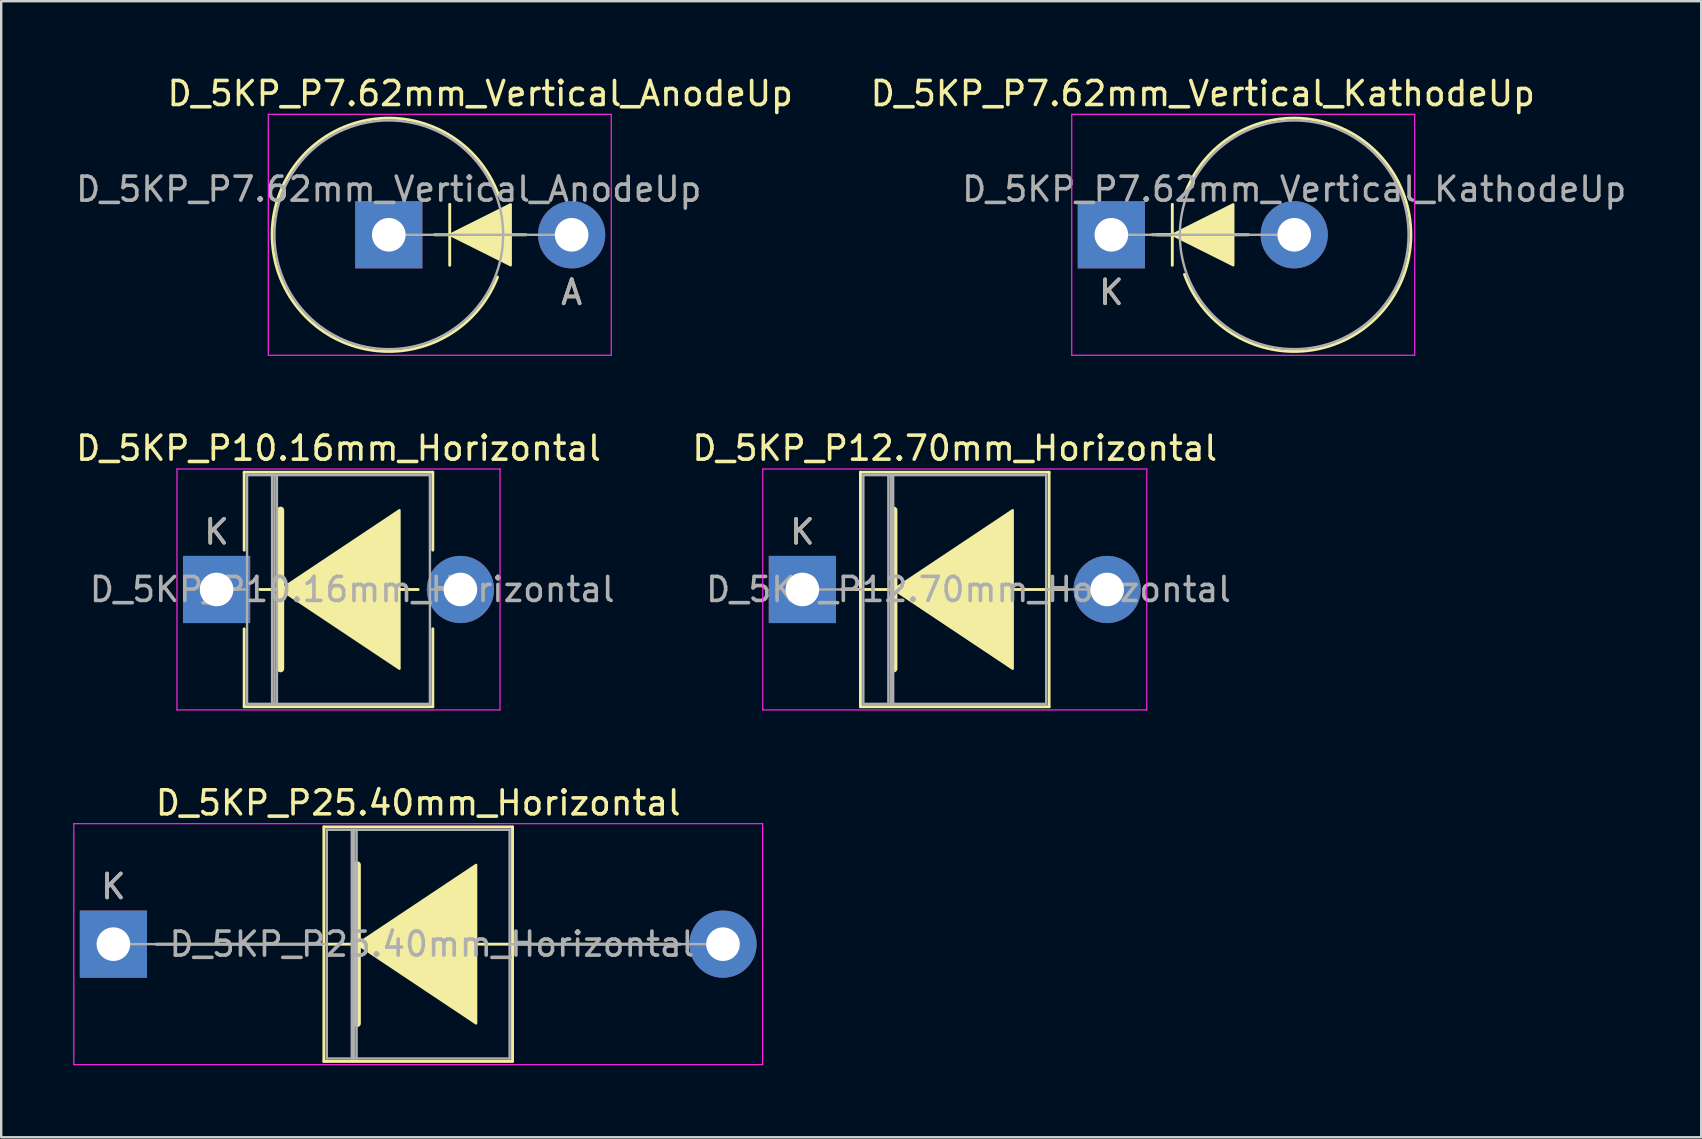
<source format=kicad_pcb>
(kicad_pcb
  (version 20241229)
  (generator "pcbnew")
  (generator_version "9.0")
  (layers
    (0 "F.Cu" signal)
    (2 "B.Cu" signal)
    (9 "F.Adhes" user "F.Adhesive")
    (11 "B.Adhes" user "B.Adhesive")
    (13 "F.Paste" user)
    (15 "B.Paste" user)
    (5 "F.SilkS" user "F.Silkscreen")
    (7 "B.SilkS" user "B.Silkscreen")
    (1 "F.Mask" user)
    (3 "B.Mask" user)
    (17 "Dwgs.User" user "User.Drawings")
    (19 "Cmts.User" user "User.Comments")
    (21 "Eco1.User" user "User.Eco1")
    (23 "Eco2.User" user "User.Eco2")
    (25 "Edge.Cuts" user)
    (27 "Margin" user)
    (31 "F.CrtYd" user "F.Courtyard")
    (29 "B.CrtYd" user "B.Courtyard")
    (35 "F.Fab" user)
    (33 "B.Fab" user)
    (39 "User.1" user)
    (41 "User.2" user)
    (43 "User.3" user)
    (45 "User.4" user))
  (footprint "D_5KP_P7.62mm_Vertical_AnodeUp"
    (layer "F.Cu")
    (at 13.149 6.733)
    (property "Reference" "D_5KP_P7.62mm_Vertical_AnodeUp" (at 3.81 -5.885 0) (layer "F.SilkS") (effects (font (size 1 1) (thickness 0.15))))
    (attr through_hole)
    (fp_line (start 1.905 0) (end 5.72 0) (stroke (width 0.12) (type solid)) (layer "F.SilkS"))
    (fp_line (start 2.54 1.27) (end 2.54 -1.27) (stroke (width 0.12) (type solid)) (layer "F.SilkS"))
    (fp_arc (start 4.530442 1.761839) (mid -4.860605 -0.059187) (end 4.572 -1.650999) (stroke (width 0.12) (type solid)) (layer "F.SilkS"))
    (fp_poly (pts (xy 5.08 1.27) (xy 2.54 0) (xy 5.08 -1.27)) (stroke (width 0.1) (type solid)) (fill yes) (layer "F.SilkS"))
    (fp_line (start -5.02 -5.02) (end -5.02 5.02) (stroke (width 0.05) (type solid)) (layer "F.CrtYd"))
    (fp_line (start -5.02 5.02) (end 9.27 5.02) (stroke (width 0.05) (type solid)) (layer "F.CrtYd"))
    (fp_line (start 9.27 -5.02) (end -5.02 -5.02) (stroke (width 0.05) (type solid)) (layer "F.CrtYd"))
    (fp_line (start 9.27 5.02) (end 9.27 -5.02) (stroke (width 0.05) (type solid)) (layer "F.CrtYd"))
    (fp_line (start 0 0) (end 7.62 0) (stroke (width 0.1) (type solid)) (layer "F.Fab"))
    (fp_circle (center 0 0) (end 4.765 0) (stroke (width 0.1) (type solid)) (fill no) (layer "F.Fab"))
    (fp_text user "A" (at 7.62 2.4 0) (layer "F.SilkS") (effects (font (size 1 1) (thickness 0.15))))
    (fp_text user "${REFERENCE}" (at 0 -1.9 0) (layer "F.Fab") (effects (font (size 1 1) (thickness 0.15))))
    (fp_text user "A" (at 7.62 2.4 0) (layer "F.Fab") (effects (font (size 1 1) (thickness 0.15))))
    (pad "1" thru_hole rect (at 0 0) (size 2.8 2.8) (drill 1.4) (layers "*.Cu" "*.Mask"))
    (pad "2" thru_hole oval (at 7.62 0) (size 2.8 2.8) (drill 1.4) (layers "*.Cu" "*.Mask")))
  (footprint "D_5KP_P7.62mm_Vertical_KathodeUp"
    (layer "F.Cu")
    (at 43.256 6.733)
    (property "Reference" "D_5KP_P7.62mm_Vertical_KathodeUp" (at 3.81 -5.885 0) (layer "F.SilkS") (effects (font (size 1 1) (thickness 0.15))))
    (attr through_hole)
    (fp_line (start 1.905 0) (end 5.72 0) (stroke (width 0.12) (type solid)) (layer "F.SilkS"))
    (fp_line (start 2.54 1.27) (end 2.54 -1.27) (stroke (width 0.12) (type solid)) (layer "F.SilkS"))
    (fp_line (start 2.735 0) (end 1.7 0) (stroke (width 0.12) (type solid)) (layer "F.SilkS"))
    (fp_arc (start 3.089558 -1.761839) (mid 12.480605 0.059187) (end 3.048 1.650999) (stroke (width 0.12) (type solid)) (layer "F.SilkS"))
    (fp_poly (pts (xy 5.08 1.27) (xy 2.54 0) (xy 5.08 -1.27)) (stroke (width 0.1) (type solid)) (fill yes) (layer "F.SilkS"))
    (fp_line (start -1.65 -5.02) (end -1.65 5.02) (stroke (width 0.05) (type solid)) (layer "F.CrtYd"))
    (fp_line (start -1.65 5.02) (end 12.64 5.02) (stroke (width 0.05) (type solid)) (layer "F.CrtYd"))
    (fp_line (start 12.64 -5.02) (end -1.65 -5.02) (stroke (width 0.05) (type solid)) (layer "F.CrtYd"))
    (fp_line (start 12.64 5.02) (end 12.64 -5.02) (stroke (width 0.05) (type solid)) (layer "F.CrtYd"))
    (fp_line (start 0 0) (end 7.62 0) (stroke (width 0.1) (type solid)) (layer "F.Fab"))
    (fp_circle (center 7.62 0) (end 12.385 0) (stroke (width 0.1) (type solid)) (fill no) (layer "F.Fab"))
    (fp_text user "K" (at 0 2.4 0) (layer "F.SilkS") (effects (font (size 1 1) (thickness 0.15))))
    (fp_text user "${REFERENCE}" (at 7.62 -1.9 0) (layer "F.Fab") (effects (font (size 1 1) (thickness 0.15))))
    (fp_text user "K" (at 0 2.4 0) (layer "F.Fab") (effects (font (size 1 1) (thickness 0.15))))
    (pad "1" thru_hole rect (at 0 0) (size 2.8 2.8) (drill 1.4) (layers "*.Cu" "*.Mask"))
    (pad "2" thru_hole oval (at 7.62 0) (size 2.8 2.8) (drill 1.4) (layers "*.Cu" "*.Mask")))
  (footprint "D_5KP_P25.40mm_Horizontal"
    (layer "F.Cu")
    (at 1.675 36.29)
    (property "Reference" "D_5KP_P25.40mm_Horizontal" (at 12.7 -5.885 0) (layer "F.SilkS") (effects (font (size 1 1) (thickness 0.15))))
    (attr through_hole)
    (fp_line (start 1.778 0) (end 10.033 0) (stroke (width 0.12) (type solid)) (layer "F.SilkS"))
    (fp_line (start 8.77 -4.885) (end 8.77 4.885) (stroke (width 0.12) (type solid)) (layer "F.SilkS"))
    (fp_line (start 8.77 4.885) (end 16.63 4.885) (stroke (width 0.12) (type solid)) (layer "F.SilkS"))
    (fp_line (start 10.16 -3.302) (end 10.16 3.302) (stroke (width 0.3) (type solid)) (layer "F.SilkS"))
    (fp_line (start 16.63 -4.885) (end 8.77 -4.885) (stroke (width 0.12) (type solid)) (layer "F.SilkS"))
    (fp_line (start 16.63 4.885) (end 16.63 -4.885) (stroke (width 0.12) (type solid)) (layer "F.SilkS"))
    (fp_line (start 23.622 0) (end 15.15 0) (stroke (width 0.12) (type solid)) (layer "F.SilkS"))
    (fp_poly (pts (xy 15.113 3.302) (xy 10.16 0) (xy 15.113 -3.302)) (stroke (width 0.1) (type solid)) (fill yes) (layer "F.SilkS"))
    (fp_line (start -1.65 -5.02) (end -1.65 5.02) (stroke (width 0.05) (type solid)) (layer "F.CrtYd"))
    (fp_line (start -1.65 5.02) (end 27.05 5.02) (stroke (width 0.05) (type solid)) (layer "F.CrtYd"))
    (fp_line (start 27.05 -5.02) (end -1.65 -5.02) (stroke (width 0.05) (type solid)) (layer "F.CrtYd"))
    (fp_line (start 27.05 5.02) (end 27.05 -5.02) (stroke (width 0.05) (type solid)) (layer "F.CrtYd"))
    (fp_line (start 0 0) (end 8.89 0) (stroke (width 0.1) (type solid)) (layer "F.Fab"))
    (fp_line (start 8.89 -4.765) (end 8.89 4.765) (stroke (width 0.1) (type solid)) (layer "F.Fab"))
    (fp_line (start 8.89 4.765) (end 16.51 4.765) (stroke (width 0.1) (type solid)) (layer "F.Fab"))
    (fp_line (start 9.933 -4.765) (end 9.933 4.765) (stroke (width 0.1) (type solid)) (layer "F.Fab"))
    (fp_line (start 10.033 -4.765) (end 10.033 4.765) (stroke (width 0.1) (type solid)) (layer "F.Fab"))
    (fp_line (start 10.133 -4.765) (end 10.133 4.765) (stroke (width 0.1) (type solid)) (layer "F.Fab"))
    (fp_line (start 16.51 -4.765) (end 8.89 -4.765) (stroke (width 0.1) (type solid)) (layer "F.Fab"))
    (fp_line (start 16.51 4.765) (end 16.51 -4.765) (stroke (width 0.1) (type solid)) (layer "F.Fab"))
    (fp_line (start 25.4 0) (end 16.51 0) (stroke (width 0.1) (type solid)) (layer "F.Fab"))
    (fp_text user "K" (at 0 -2.4 0) (layer "F.SilkS") (effects (font (size 1 1) (thickness 0.15))))
    (fp_text user "K" (at 0 -2.4 0) (layer "F.Fab") (effects (font (size 1 1) (thickness 0.15))))
    (fp_text user "${REFERENCE}" (at 13.271 0 0) (layer "F.Fab") (effects (font (size 1 1) (thickness 0.15))))
    (pad "1" thru_hole rect (at 0 0) (size 2.8 2.8) (drill 1.4) (layers "*.Cu" "*.Mask"))
    (pad "2" thru_hole oval (at 25.4 0) (size 2.8 2.8) (drill 1.4) (layers "*.Cu" "*.Mask")))
  (footprint "D_5KP_P10.16mm_Horizontal"
    (layer "F.Cu")
    (at 5.974 21.512)
    (property "Reference" "D_5KP_P10.16mm_Horizontal" (at 5.08 -5.885 0) (layer "F.SilkS") (effects (font (size 1 1) (thickness 0.15))))
    (attr through_hole)
    (fp_line (start 1.15 -4.885) (end 9.01 -4.885) (stroke (width 0.12) (type solid)) (layer "F.SilkS"))
    (fp_line (start 1.15 -1.64) (end 1.15 -4.885) (stroke (width 0.12) (type solid)) (layer "F.SilkS"))
    (fp_line (start 1.15 1.64) (end 1.15 4.885) (stroke (width 0.12) (type solid)) (layer "F.SilkS"))
    (fp_line (start 1.15 4.885) (end 9.01 4.885) (stroke (width 0.12) (type solid)) (layer "F.SilkS"))
    (fp_line (start 1.8 0) (end 2.794 0) (stroke (width 0.12) (type solid)) (layer "F.SilkS"))
    (fp_line (start 2.667 -3.302) (end 2.667 3.302) (stroke (width 0.3) (type solid)) (layer "F.SilkS"))
    (fp_line (start 8.4 0) (end 7.6 0) (stroke (width 0.12) (type solid)) (layer "F.SilkS"))
    (fp_line (start 9.01 -4.885) (end 9.01 -1.64) (stroke (width 0.12) (type solid)) (layer "F.SilkS"))
    (fp_line (start 9.01 4.885) (end 9.01 1.64) (stroke (width 0.12) (type solid)) (layer "F.SilkS"))
    (fp_poly (pts (xy 7.62 3.302) (xy 2.667 0) (xy 7.62 -3.302)) (stroke (width 0.1) (type solid)) (fill yes) (layer "F.SilkS"))
    (fp_line (start -1.65 -5.02) (end -1.65 5.02) (stroke (width 0.05) (type solid)) (layer "F.CrtYd"))
    (fp_line (start -1.65 5.02) (end 11.81 5.02) (stroke (width 0.05) (type solid)) (layer "F.CrtYd"))
    (fp_line (start 11.81 -5.02) (end -1.65 -5.02) (stroke (width 0.05) (type solid)) (layer "F.CrtYd"))
    (fp_line (start 11.81 5.02) (end 11.81 -5.02) (stroke (width 0.05) (type solid)) (layer "F.CrtYd"))
    (fp_line (start 0 0) (end 1.27 0) (stroke (width 0.1) (type solid)) (layer "F.Fab"))
    (fp_line (start 1.27 -4.765) (end 1.27 4.765) (stroke (width 0.1) (type solid)) (layer "F.Fab"))
    (fp_line (start 1.27 4.765) (end 8.89 4.765) (stroke (width 0.1) (type solid)) (layer "F.Fab"))
    (fp_line (start 2.313 -4.765) (end 2.313 4.765) (stroke (width 0.1) (type solid)) (layer "F.Fab"))
    (fp_line (start 2.413 -4.765) (end 2.413 4.765) (stroke (width 0.1) (type solid)) (layer "F.Fab"))
    (fp_line (start 2.513 -4.765) (end 2.513 4.765) (stroke (width 0.1) (type solid)) (layer "F.Fab"))
    (fp_line (start 8.89 -4.765) (end 1.27 -4.765) (stroke (width 0.1) (type solid)) (layer "F.Fab"))
    (fp_line (start 8.89 4.765) (end 8.89 -4.765) (stroke (width 0.1) (type solid)) (layer "F.Fab"))
    (fp_line (start 10.16 0) (end 8.89 0) (stroke (width 0.1) (type solid)) (layer "F.Fab"))
    (fp_text user "K" (at 0 -2.4 0) (layer "F.SilkS") (effects (font (size 1 1) (thickness 0.15))))
    (fp_text user "K" (at 0 -2.4 0) (layer "F.Fab") (effects (font (size 1 1) (thickness 0.15))))
    (fp_text user "${REFERENCE}" (at 5.652 0 0) (layer "F.Fab") (effects (font (size 1 1) (thickness 0.15))))
    (pad "1" thru_hole rect (at 0 0) (size 2.8 2.8) (drill 1.4) (layers "*.Cu" "*.Mask"))
    (pad "2" thru_hole oval (at 10.16 0) (size 2.8 2.8) (drill 1.4) (layers "*.Cu" "*.Mask")))
  (footprint "D_5KP_P12.70mm_Horizontal"
    (layer "F.Cu")
    (at 30.382 21.512)
    (property "Reference" "D_5KP_P12.70mm_Horizontal" (at 6.35 -5.885 0) (layer "F.SilkS") (effects (font (size 1 1) (thickness 0.15))))
    (attr through_hole)
    (fp_line (start 1.64 0) (end 2.42 0) (stroke (width 0.12) (type solid)) (layer "F.SilkS"))
    (fp_line (start 2.42 -4.885) (end 2.42 4.885) (stroke (width 0.12) (type solid)) (layer "F.SilkS"))
    (fp_line (start 2.42 0) (end 3.81 0) (stroke (width 0.12) (type solid)) (layer "F.SilkS"))
    (fp_line (start 2.42 4.885) (end 10.28 4.885) (stroke (width 0.12) (type solid)) (layer "F.SilkS"))
    (fp_line (start 3.81 -3.302) (end 3.81 3.302) (stroke (width 0.3) (type solid)) (layer "F.SilkS"))
    (fp_line (start 10.28 -4.885) (end 2.42 -4.885) (stroke (width 0.12) (type solid)) (layer "F.SilkS"))
    (fp_line (start 10.28 0) (end 8.8 0) (stroke (width 0.12) (type solid)) (layer "F.SilkS"))
    (fp_line (start 10.28 4.885) (end 10.28 -4.885) (stroke (width 0.12) (type solid)) (layer "F.SilkS"))
    (fp_line (start 11.06 0) (end 10.28 0) (stroke (width 0.12) (type solid)) (layer "F.SilkS"))
    (fp_poly (pts (xy 8.763 3.302) (xy 3.81 0) (xy 8.763 -3.302)) (stroke (width 0.1) (type solid)) (fill yes) (layer "F.SilkS"))
    (fp_line (start -1.65 -5.02) (end -1.65 5.02) (stroke (width 0.05) (type solid)) (layer "F.CrtYd"))
    (fp_line (start -1.65 5.02) (end 14.35 5.02) (stroke (width 0.05) (type solid)) (layer "F.CrtYd"))
    (fp_line (start 14.35 -5.02) (end -1.65 -5.02) (stroke (width 0.05) (type solid)) (layer "F.CrtYd"))
    (fp_line (start 14.35 5.02) (end 14.35 -5.02) (stroke (width 0.05) (type solid)) (layer "F.CrtYd"))
    (fp_line (start 0 0) (end 2.54 0) (stroke (width 0.1) (type solid)) (layer "F.Fab"))
    (fp_line (start 2.54 -4.765) (end 2.54 4.765) (stroke (width 0.1) (type solid)) (layer "F.Fab"))
    (fp_line (start 2.54 4.765) (end 10.16 4.765) (stroke (width 0.1) (type solid)) (layer "F.Fab"))
    (fp_line (start 3.583 -4.765) (end 3.583 4.765) (stroke (width 0.1) (type solid)) (layer "F.Fab"))
    (fp_line (start 3.683 -4.765) (end 3.683 4.765) (stroke (width 0.1) (type solid)) (layer "F.Fab"))
    (fp_line (start 3.783 -4.765) (end 3.783 4.765) (stroke (width 0.1) (type solid)) (layer "F.Fab"))
    (fp_line (start 10.16 -4.765) (end 2.54 -4.765) (stroke (width 0.1) (type solid)) (layer "F.Fab"))
    (fp_line (start 10.16 4.765) (end 10.16 -4.765) (stroke (width 0.1) (type solid)) (layer "F.Fab"))
    (fp_line (start 12.7 0) (end 10.16 0) (stroke (width 0.1) (type solid)) (layer "F.Fab"))
    (fp_text user "K" (at 0 -2.4 0) (layer "F.SilkS") (effects (font (size 1 1) (thickness 0.15))))
    (fp_text user "${REFERENCE}" (at 6.921 0 0) (layer "F.Fab") (effects (font (size 1 1) (thickness 0.15))))
    (fp_text user "K" (at 0 -2.4 0) (layer "F.Fab") (effects (font (size 1 1) (thickness 0.15))))
    (pad "1" thru_hole rect (at 0 0) (size 2.8 2.8) (drill 1.4) (layers "*.Cu" "*.Mask"))
    (pad "2" thru_hole oval (at 12.7 0) (size 2.8 2.8) (drill 1.4) (layers "*.Cu" "*.Mask")))
  (gr_rect
    (start -3 -3)
    (end 67.834 44.335)
    (stroke (width 0.1) (type default))
    (fill no)
    (layer "Edge.Cuts")))
</source>
